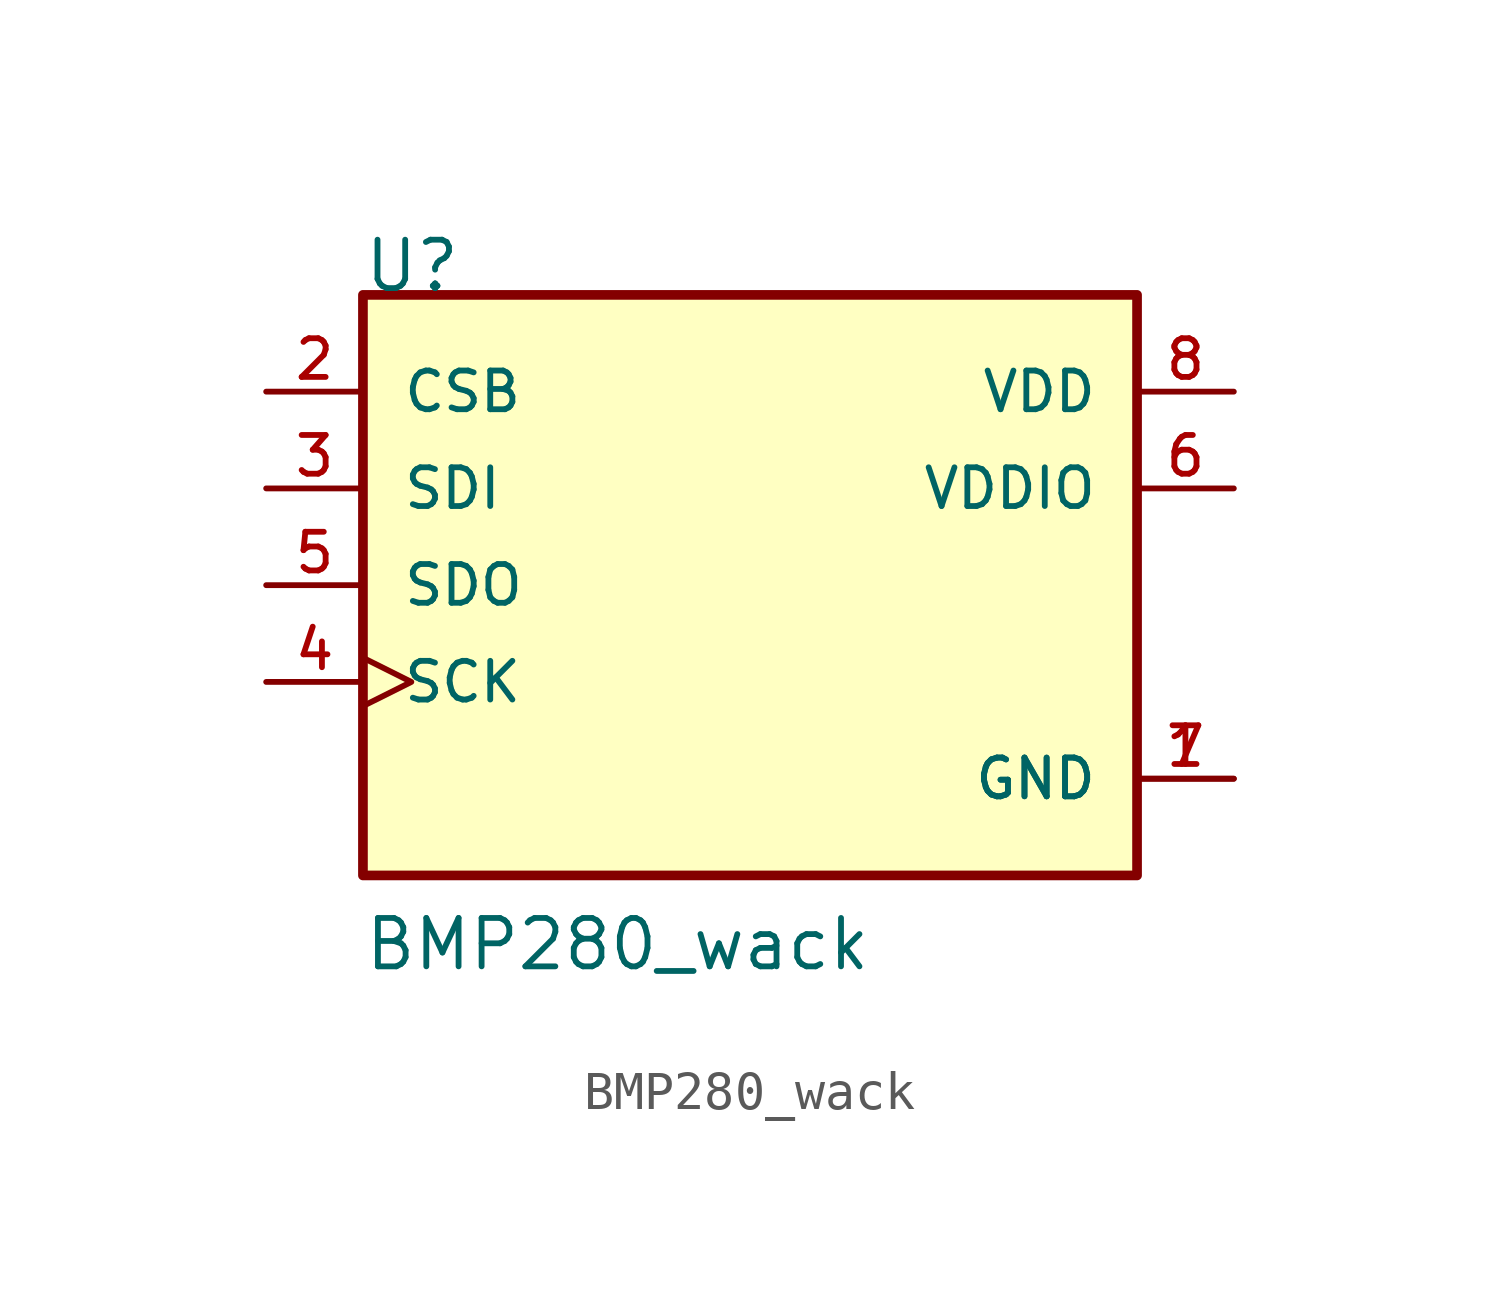
<source format=kicad_sym>
(kicad_symbol_lib
  (version 20231120)
  (generator "kicad_symbol_editor")
  (generator_version "8.0")
  (symbol "BMP280_wack"
    (pin_names
      (offset 1.016))
    (property "Reference" "U"
      (at -10.18 7.635 0)
      (effects (font (size 1.27 1.27)) (justify left bottom)))
    (property "Value" "BMP280_wack"
      (at -10.169 -10.169 0)
      (effects (font (size 1.27 1.27)) (justify left bottom)))
    (symbol "BMP280_wack_0_0"
      (rectangle (start -10.16 -7.62) (end 10.16 7.62) (stroke (width 0.254) (type default)) (fill (type background)))
      (pin power_in line (at 12.7 -5.08 180) (length 2.54) (name "GND" (effects (font (size 1.016 1.016)))) (number "1" (effects (font (size 1.016 1.016)))))
      (pin input line (at -12.7 5.08 0) (length 2.54) (name "CSB" (effects (font (size 1.016 1.016)))) (number "2" (effects (font (size 1.016 1.016)))))
      (pin bidirectional line (at -12.7 2.54 0) (length 2.54) (name "SDI" (effects (font (size 1.016 1.016)))) (number "3" (effects (font (size 1.016 1.016)))))
      (pin input clock (at -12.7 -2.54 0) (length 2.54) (name "SCK" (effects (font (size 1.016 1.016)))) (number "4" (effects (font (size 1.016 1.016)))))
      (pin bidirectional line (at -12.7 0 0) (length 2.54) (name "SDO" (effects (font (size 1.016 1.016)))) (number "5" (effects (font (size 1.016 1.016)))))
      (pin power_in line (at 12.7 2.54 180) (length 2.54) (name "VDDIO" (effects (font (size 1.016 1.016)))) (number "6" (effects (font (size 1.016 1.016)))))
      (pin power_in line (at 12.7 -5.08 180) (length 2.54) (name "GND" (effects (font (size 1.016 1.016)))) (number "7" (effects (font (size 1.016 1.016)))))
      (pin power_in line (at 12.7 5.08 180) (length 2.54) (name "VDD" (effects (font (size 1.016 1.016)))) (number "8" (effects (font (size 1.016 1.016))))))))
</source>
